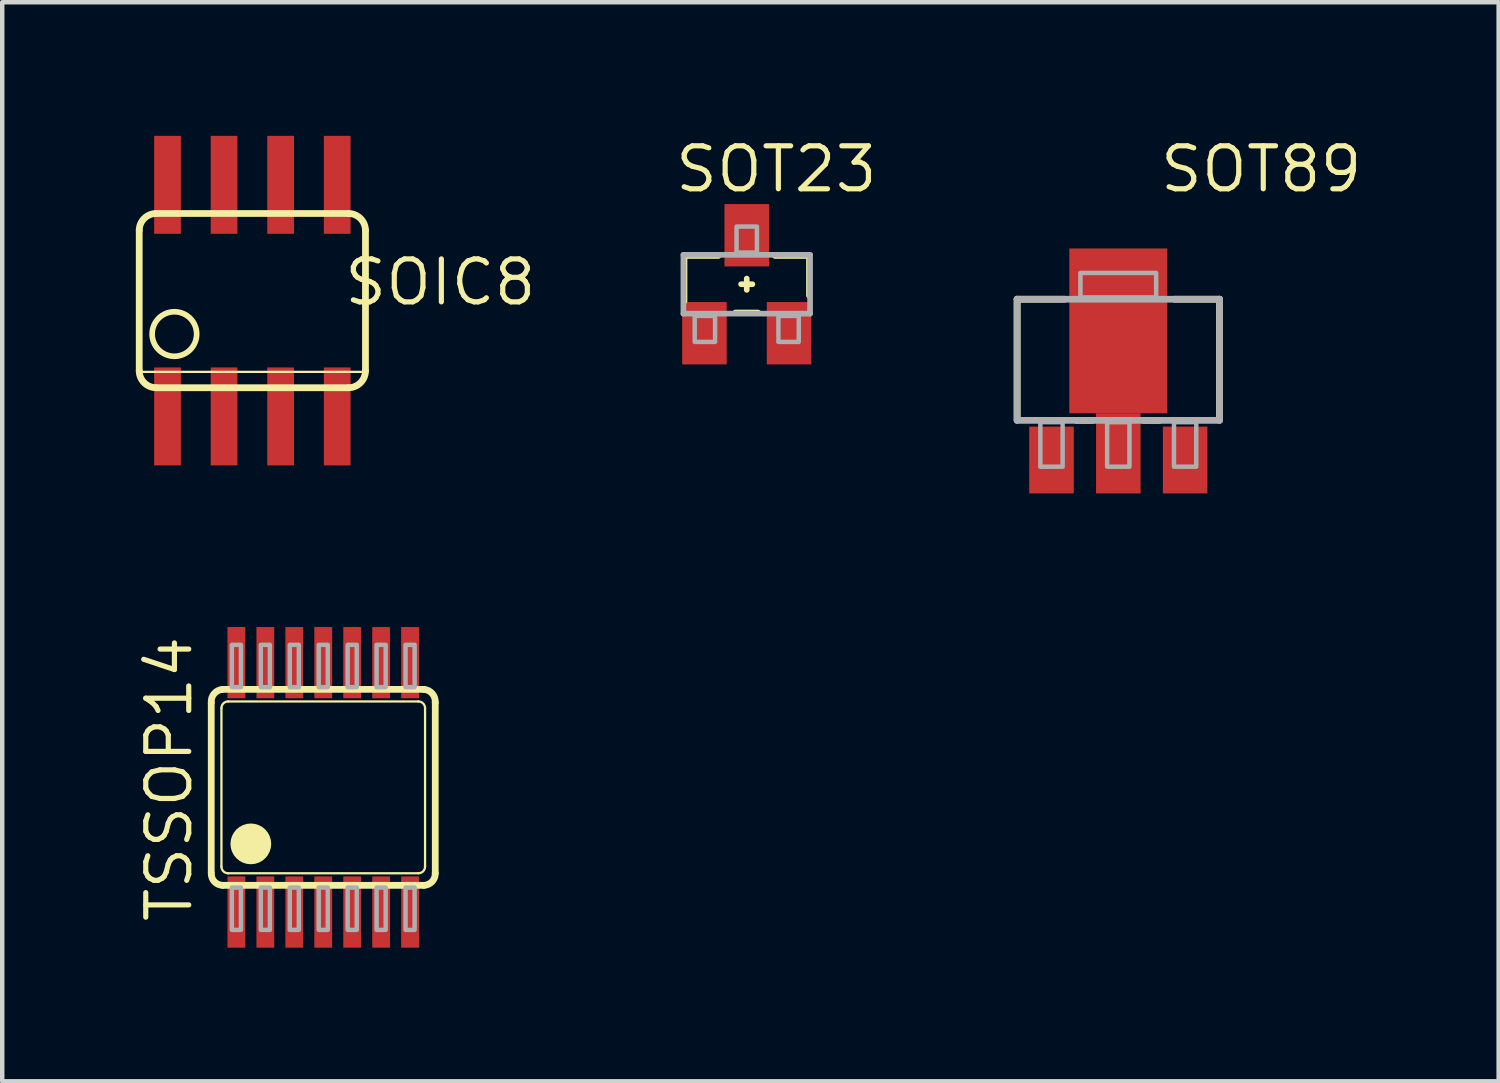
<source format=kicad_pcb>
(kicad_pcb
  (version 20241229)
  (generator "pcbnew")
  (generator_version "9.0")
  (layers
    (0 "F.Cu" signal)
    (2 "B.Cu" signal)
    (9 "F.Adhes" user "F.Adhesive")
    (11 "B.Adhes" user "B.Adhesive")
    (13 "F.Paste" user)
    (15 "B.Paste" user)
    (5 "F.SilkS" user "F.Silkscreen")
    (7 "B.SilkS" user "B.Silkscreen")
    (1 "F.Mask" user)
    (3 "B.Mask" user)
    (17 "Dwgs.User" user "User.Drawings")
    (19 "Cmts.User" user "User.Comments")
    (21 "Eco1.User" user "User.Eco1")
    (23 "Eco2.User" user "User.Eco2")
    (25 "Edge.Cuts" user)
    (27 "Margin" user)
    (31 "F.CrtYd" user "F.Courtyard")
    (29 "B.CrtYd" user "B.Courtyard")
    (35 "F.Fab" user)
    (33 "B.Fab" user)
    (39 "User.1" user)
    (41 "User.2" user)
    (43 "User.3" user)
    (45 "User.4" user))
  (footprint "SOIC8"
    (layer "F.Cu")
    (at 2.616 3.7)
    (property "Reference" "SOIC8" (at 2.008 0.152 0) (layer "F.SilkS") (effects (font (size 0.965 0.965) (thickness 0.116)) (justify left bottom)))
    (attr through_hole)
    (fp_line (start -2.54 -1.575) (end -2.54 1.575) (stroke (width 0.152) (type solid)) (layer "F.SilkS"))
    (fp_line (start -2.54 1.6) (end 2.54 1.6) (stroke (width 0.051) (type solid)) (layer "F.SilkS"))
    (fp_line (start -2.159 1.956) (end 2.159 1.956) (stroke (width 0.152) (type solid)) (layer "F.SilkS"))
    (fp_line (start 2.159 -1.956) (end -2.159 -1.956) (stroke (width 0.152) (type solid)) (layer "F.SilkS"))
    (fp_line (start 2.54 1.575) (end 2.54 -1.575) (stroke (width 0.152) (type solid)) (layer "F.SilkS"))
    (fp_arc (start -2.54 -1.5748) (mid -2.428408 -1.844208) (end -2.159 -1.9558) (stroke (width 0.1524) (type solid)) (layer "F.SilkS"))
    (fp_arc (start -2.159 1.9558) (mid -2.428408 1.844208) (end -2.54 1.5748) (stroke (width 0.1524) (type solid)) (layer "F.SilkS"))
    (fp_arc (start 2.159 -1.9558) (mid 2.428408 -1.844208) (end 2.54 -1.5748) (stroke (width 0.1524) (type solid)) (layer "F.SilkS"))
    (fp_arc (start 2.54 1.5748) (mid 2.428408 1.844208) (end 2.159 1.9558) (stroke (width 0.1524) (type solid)) (layer "F.SilkS"))
    (fp_circle (center -1.75 0.75) (end -1.25 0.75) (stroke (width 0.127) (type solid)) (fill no) (layer "F.SilkS"))
    (pad "1" smd rect (at -1.905 2.6) (size 0.6 2.2) (layers "F.Cu" "F.Mask" "F.Paste"))
    (pad "2" smd rect (at -0.635 2.6) (size 0.6 2.2) (layers "F.Cu" "F.Mask" "F.Paste"))
    (pad "3" smd rect (at 0.635 2.6) (size 0.6 2.2) (layers "F.Cu" "F.Mask" "F.Paste"))
    (pad "4" smd rect (at 1.905 2.6) (size 0.6 2.2) (layers "F.Cu" "F.Mask" "F.Paste"))
    (pad "5" smd rect (at 1.905 -2.6) (size 0.6 2.2) (layers "F.Cu" "F.Mask" "F.Paste"))
    (pad "6" smd rect (at 0.635 -2.6) (size 0.6 2.2) (layers "F.Cu" "F.Mask" "F.Paste"))
    (pad "7" smd rect (at -0.635 -2.6) (size 0.6 2.2) (layers "F.Cu" "F.Mask" "F.Paste"))
    (pad "8" smd rect (at -1.905 -2.6) (size 0.6 2.2) (layers "F.Cu" "F.Mask" "F.Paste")))
  (footprint "SOT89"
    (layer "F.Cu")
    (at 22.06 5.279)
    (property "Reference" "SOT89" (at 0.881 -3.966 0) (layer "F.SilkS") (effects (font (size 0.965 0.965) (thickness 0.116)) (justify left bottom)))
    (attr through_hole)
    (fp_line (start -2.272 -1.61) (end -1.214 -1.61) (stroke (width 0.152) (type solid)) (layer "F.SilkS"))
    (fp_line (start -2.272 1.102) (end -2.272 -1.61) (stroke (width 0.152) (type solid)) (layer "F.SilkS"))
    (fp_line (start -0.578 1.11) (end -0.936 1.11) (stroke (width 0.152) (type solid)) (layer "F.SilkS"))
    (fp_line (start 0.922 1.11) (end 0.564 1.11) (stroke (width 0.152) (type solid)) (layer "F.SilkS"))
    (fp_line (start 1.264 -1.61) (end 2.272 -1.61) (stroke (width 0.152) (type solid)) (layer "F.SilkS"))
    (fp_line (start 2.272 -1.61) (end 2.272 1.102) (stroke (width 0.152) (type solid)) (layer "F.SilkS"))
    (fp_line (start -2.272 -1.61) (end 2.272 -1.61) (stroke (width 0.152) (type solid)) (layer "F.Fab"))
    (fp_line (start -2.272 1.11) (end -2.272 -1.61) (stroke (width 0.152) (type solid)) (layer "F.Fab"))
    (fp_line (start 2.272 -1.61) (end 2.272 1.11) (stroke (width 0.152) (type solid)) (layer "F.Fab"))
    (fp_line (start 2.272 1.11) (end -2.272 1.11) (stroke (width 0.152) (type solid)) (layer "F.Fab"))
    (fp_poly (pts (xy -1.75 2.15) (xy -1.25 2.15) (xy -1.25 1.15) (xy -1.75 1.15)) (stroke (width 0.1) (type solid)) (fill no) (layer "F.Fab"))
    (fp_poly (pts (xy -0.85 -1.65) (xy 0.85 -1.65) (xy 0.85 -2.2) (xy -0.85 -2.2)) (stroke (width 0.1) (type solid)) (fill no) (layer "F.Fab"))
    (fp_poly (pts (xy -0.25 2.15) (xy 0.25 2.15) (xy 0.25 1.15) (xy -0.25 1.15)) (stroke (width 0.1) (type solid)) (fill no) (layer "F.Fab"))
    (fp_poly (pts (xy 1.25 2.15) (xy 1.75 2.15) (xy 1.75 1.15) (xy 1.25 1.15)) (stroke (width 0.1) (type solid)) (fill no) (layer "F.Fab"))
    (pad "1" smd rect (at -1.5 2) (size 1 1.5) (layers "F.Cu" "F.Mask" "F.Paste"))
    (pad "2A" smd rect (at 0 1.85) (size 1 1.8) (layers "F.Cu" "F.Mask" "F.Paste"))
    (pad "2B" smd rect (at 0 -0.9) (size 2.2 3.7) (layers "F.Cu" "F.Mask" "F.Paste"))
    (pad "3" smd rect (at 1.5 2) (size 1 1.5) (layers "F.Cu" "F.Mask" "F.Paste")))
  (footprint "TSSOP14"
    (layer "F.Cu")
    (at 4.208 14.629)
    (property "Reference" "TSSOP14" (at -2.896 3.083 90) (layer "F.SilkS") (effects (font (size 0.965 0.965) (thickness 0.116)) (justify left bottom)))
    (attr through_hole)
    (fp_line (start -2.515 1.929) (end -2.515 -1.904) (stroke (width 0.152) (type solid)) (layer "F.SilkS"))
    (fp_line (start -2.286 1.779) (end -2.286 -1.779) (stroke (width 0.051) (type solid)) (layer "F.SilkS"))
    (fp_line (start -2.261 -2.2) (end 2.261 -2.2) (stroke (width 0.152) (type solid)) (layer "F.SilkS"))
    (fp_line (start -2.136 -1.929) (end 2.136 -1.929) (stroke (width 0.051) (type solid)) (layer "F.SilkS"))
    (fp_line (start 2.136 1.929) (end -2.136 1.929) (stroke (width 0.051) (type solid)) (layer "F.SilkS"))
    (fp_line (start 2.261 2.2) (end -2.261 2.2) (stroke (width 0.152) (type solid)) (layer "F.SilkS"))
    (fp_line (start 2.286 -1.779) (end 2.286 1.779) (stroke (width 0.051) (type solid)) (layer "F.SilkS"))
    (fp_line (start 2.515 -1.904) (end 2.515 1.929) (stroke (width 0.152) (type solid)) (layer "F.SilkS"))
    (fp_arc (start -2.5146 -1.9038) (mid -2.448945 -2.104505) (end -2.2606 -2.2) (stroke (width 0.1524) (type solid)) (layer "F.SilkS"))
    (fp_arc (start -2.286 -1.7792) (mid -2.242066 -1.885266) (end -2.136 -1.9292) (stroke (width 0.0508) (type solid)) (layer "F.SilkS"))
    (fp_arc (start -2.2606 2.2) (mid -2.443767 2.117005) (end -2.5146 1.9288) (stroke (width 0.1524) (type solid)) (layer "F.SilkS"))
    (fp_arc (start -2.136 1.9292) (mid -2.242066 1.885266) (end -2.286 1.7792) (stroke (width 0.0508) (type solid)) (layer "F.SilkS"))
    (fp_arc (start 2.136 -1.9292) (mid 2.242066 -1.885266) (end 2.286 -1.7792) (stroke (width 0.0508) (type solid)) (layer "F.SilkS"))
    (fp_arc (start 2.2606 -2.2) (mid 2.448945 -2.104505) (end 2.5146 -1.9038) (stroke (width 0.1524) (type solid)) (layer "F.SilkS"))
    (fp_arc (start 2.286 1.7792) (mid 2.242066 1.885266) (end 2.136 1.9292) (stroke (width 0.0508) (type solid)) (layer "F.SilkS"))
    (fp_arc (start 2.5146 1.9288) (mid 2.443767 2.117005) (end 2.2606 2.2) (stroke (width 0.1524) (type solid)) (layer "F.SilkS"))
    (fp_circle (center -1.626 1.269) (end -1.397 1.269) (stroke (width 0.457) (type solid)) (fill no) (layer "F.SilkS"))
    (fp_poly (pts (xy -2.052 3.2) (xy -1.848 3.2) (xy -1.848 2.25) (xy -2.052 2.25)) (stroke (width 0.1) (type solid)) (fill no) (layer "F.Fab"))
    (fp_poly (pts (xy -1.848 -3.2) (xy -2.052 -3.2) (xy -2.052 -2.25) (xy -1.848 -2.25)) (stroke (width 0.1) (type solid)) (fill no) (layer "F.Fab"))
    (fp_poly (pts (xy -1.402 3.2) (xy -1.198 3.2) (xy -1.198 2.25) (xy -1.402 2.25)) (stroke (width 0.1) (type solid)) (fill no) (layer "F.Fab"))
    (fp_poly (pts (xy -1.198 -3.2) (xy -1.402 -3.2) (xy -1.402 -2.25) (xy -1.198 -2.25)) (stroke (width 0.1) (type solid)) (fill no) (layer "F.Fab"))
    (fp_poly (pts (xy -0.752 3.2) (xy -0.548 3.2) (xy -0.548 2.25) (xy -0.752 2.25)) (stroke (width 0.1) (type solid)) (fill no) (layer "F.Fab"))
    (fp_poly (pts (xy -0.548 -3.2) (xy -0.752 -3.2) (xy -0.752 -2.25) (xy -0.548 -2.25)) (stroke (width 0.1) (type solid)) (fill no) (layer "F.Fab"))
    (fp_poly (pts (xy -0.102 3.2) (xy 0.102 3.2) (xy 0.102 2.25) (xy -0.102 2.25)) (stroke (width 0.1) (type solid)) (fill no) (layer "F.Fab"))
    (fp_poly (pts (xy 0.102 -3.2) (xy -0.102 -3.2) (xy -0.102 -2.25) (xy 0.102 -2.25)) (stroke (width 0.1) (type solid)) (fill no) (layer "F.Fab"))
    (fp_poly (pts (xy 0.548 3.2) (xy 0.752 3.2) (xy 0.752 2.25) (xy 0.548 2.25)) (stroke (width 0.1) (type solid)) (fill no) (layer "F.Fab"))
    (fp_poly (pts (xy 0.752 -3.2) (xy 0.548 -3.2) (xy 0.548 -2.25) (xy 0.752 -2.25)) (stroke (width 0.1) (type solid)) (fill no) (layer "F.Fab"))
    (fp_poly (pts (xy 1.198 3.2) (xy 1.402 3.2) (xy 1.402 2.25) (xy 1.198 2.25)) (stroke (width 0.1) (type solid)) (fill no) (layer "F.Fab"))
    (fp_poly (pts (xy 1.402 -3.2) (xy 1.198 -3.2) (xy 1.198 -2.25) (xy 1.402 -2.25)) (stroke (width 0.1) (type solid)) (fill no) (layer "F.Fab"))
    (fp_poly (pts (xy 1.848 3.2) (xy 2.052 3.2) (xy 2.052 2.25) (xy 1.848 2.25)) (stroke (width 0.1) (type solid)) (fill no) (layer "F.Fab"))
    (fp_poly (pts (xy 2.052 -3.2) (xy 1.848 -3.2) (xy 1.848 -2.25) (xy 2.052 -2.25)) (stroke (width 0.1) (type solid)) (fill no) (layer "F.Fab"))
    (pad "1" smd rect (at -1.95 2.8) (size 0.4 1.6) (layers "F.Cu" "F.Mask" "F.Paste"))
    (pad "2" smd rect (at -1.3 2.8) (size 0.4 1.6) (layers "F.Cu" "F.Mask" "F.Paste"))
    (pad "3" smd rect (at -0.65 2.8) (size 0.4 1.6) (layers "F.Cu" "F.Mask" "F.Paste"))
    (pad "4" smd rect (at 0 2.8) (size 0.4 1.6) (layers "F.Cu" "F.Mask" "F.Paste"))
    (pad "5" smd rect (at 0.65 2.8) (size 0.4 1.6) (layers "F.Cu" "F.Mask" "F.Paste"))
    (pad "6" smd rect (at 1.3 2.8) (size 0.4 1.6) (layers "F.Cu" "F.Mask" "F.Paste"))
    (pad "7" smd rect (at 1.95 2.8) (size 0.4 1.6) (layers "F.Cu" "F.Mask" "F.Paste"))
    (pad "8" smd rect (at 1.95 -2.8) (size 0.4 1.6) (layers "F.Cu" "F.Mask" "F.Paste"))
    (pad "9" smd rect (at 1.3 -2.8) (size 0.4 1.6) (layers "F.Cu" "F.Mask" "F.Paste"))
    (pad "10" smd rect (at 0.65 -2.8) (size 0.4 1.6) (layers "F.Cu" "F.Mask" "F.Paste"))
    (pad "11" smd rect (at 0 -2.8) (size 0.4 1.6) (layers "F.Cu" "F.Mask" "F.Paste"))
    (pad "12" smd rect (at -0.65 -2.8) (size 0.4 1.6) (layers "F.Cu" "F.Mask" "F.Paste"))
    (pad "13" smd rect (at -1.3 -2.8) (size 0.4 1.6) (layers "F.Cu" "F.Mask" "F.Paste"))
    (pad "14" smd rect (at -1.95 -2.8) (size 0.4 1.6) (layers "F.Cu" "F.Mask" "F.Paste")))
  (footprint "SOT23"
    (layer "F.Cu")
    (at 13.717 3.332)
    (property "Reference" "SOT23" (at -1.664 -2.019 0) (layer "F.SilkS") (effects (font (size 0.965 0.965) (thickness 0.116)) (justify left bottom)))
    (attr through_hole)
    (fp_line (start -1.397 -0.635) (end -1.397 0.381) (stroke (width 0.127) (type solid)) (layer "F.SilkS"))
    (fp_line (start -0.635 -0.635) (end -1.397 -0.635) (stroke (width 0.127) (type solid)) (layer "F.SilkS"))
    (fp_line (start -0.254 0.635) (end 0.254 0.635) (stroke (width 0.127) (type solid)) (layer "F.SilkS"))
    (fp_line (start -0.127 0) (end 0.127 0) (stroke (width 0.127) (type solid)) (layer "F.SilkS"))
    (fp_line (start 0 -0.127) (end 0 0.127) (stroke (width 0.127) (type solid)) (layer "F.SilkS"))
    (fp_line (start 0.635 -0.635) (end 1.397 -0.635) (stroke (width 0.127) (type solid)) (layer "F.SilkS"))
    (fp_line (start 1.397 -0.635) (end 1.397 0.254) (stroke (width 0.127) (type solid)) (layer "F.SilkS"))
    (fp_line (start -1.422 -0.66) (end 1.422 -0.66) (stroke (width 0.127) (type solid)) (layer "F.Fab"))
    (fp_line (start -1.422 0.66) (end -1.422 -0.66) (stroke (width 0.127) (type solid)) (layer "F.Fab"))
    (fp_line (start 1.422 -0.66) (end 1.422 0.66) (stroke (width 0.127) (type solid)) (layer "F.Fab"))
    (fp_line (start 1.422 0.66) (end -1.422 0.66) (stroke (width 0.127) (type solid)) (layer "F.Fab"))
    (fp_poly (pts (xy -1.168 1.295) (xy -0.711 1.295) (xy -0.711 0.711) (xy -1.168 0.711)) (stroke (width 0.1) (type solid)) (fill no) (layer "F.Fab"))
    (fp_poly (pts (xy -0.229 -0.711) (xy 0.229 -0.711) (xy 0.229 -1.295) (xy -0.229 -1.295)) (stroke (width 0.1) (type solid)) (fill no) (layer "F.Fab"))
    (fp_poly (pts (xy 0.711 1.295) (xy 1.168 1.295) (xy 1.168 0.711) (xy 0.711 0.711)) (stroke (width 0.1) (type solid)) (fill no) (layer "F.Fab"))
    (pad "1" smd rect (at -0.95 1.1) (size 1 1.4) (layers "F.Cu" "F.Mask" "F.Paste"))
    (pad "2" smd rect (at 0.95 1.1) (size 1 1.4) (layers "F.Cu" "F.Mask" "F.Paste"))
    (pad "3" smd rect (at 0 -1.1) (size 1 1.4) (layers "F.Cu" "F.Mask" "F.Paste")))
  (gr_rect
    (start -3 -3)
    (end 30.6 21.229)
    (stroke (width 0.1) (type default))
    (fill no)
    (layer "Edge.Cuts")))
</source>
